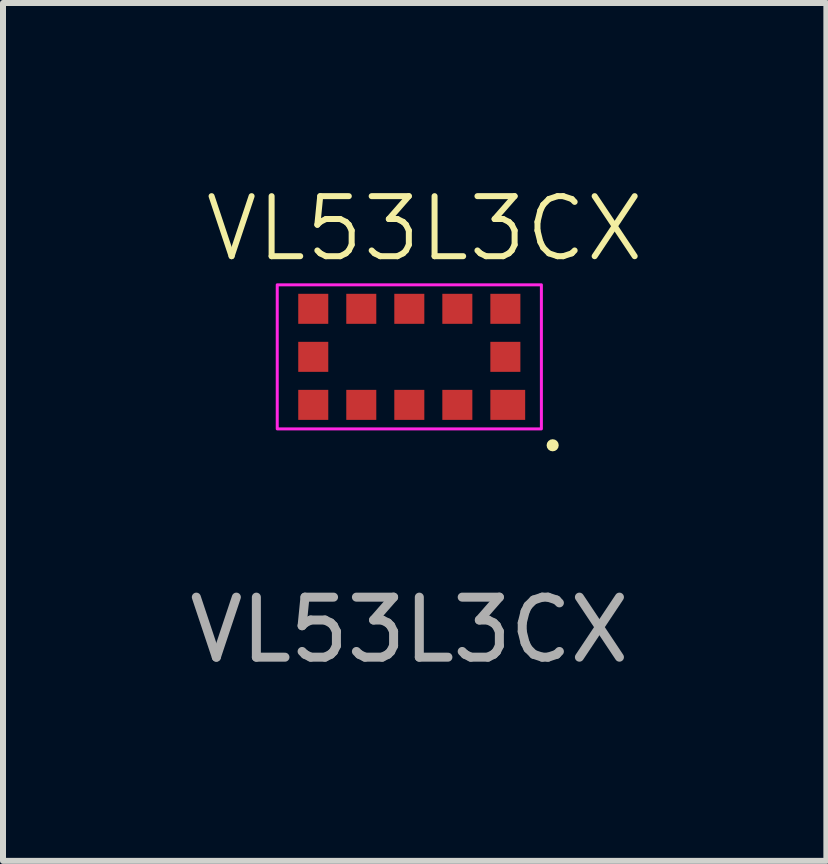
<source format=kicad_pcb>
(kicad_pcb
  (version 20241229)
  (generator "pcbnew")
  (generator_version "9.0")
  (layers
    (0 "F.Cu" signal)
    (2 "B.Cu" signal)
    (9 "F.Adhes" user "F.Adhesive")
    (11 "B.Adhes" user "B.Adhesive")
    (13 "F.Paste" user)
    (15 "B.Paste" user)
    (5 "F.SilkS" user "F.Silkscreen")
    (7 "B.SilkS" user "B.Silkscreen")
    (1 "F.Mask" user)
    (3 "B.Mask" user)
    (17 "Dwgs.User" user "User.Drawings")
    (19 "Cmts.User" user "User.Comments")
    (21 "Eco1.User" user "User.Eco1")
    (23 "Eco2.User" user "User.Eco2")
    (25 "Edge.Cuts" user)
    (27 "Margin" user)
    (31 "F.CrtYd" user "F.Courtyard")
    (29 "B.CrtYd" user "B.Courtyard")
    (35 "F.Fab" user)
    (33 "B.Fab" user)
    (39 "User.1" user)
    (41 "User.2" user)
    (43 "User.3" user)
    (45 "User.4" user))
  (footprint "VL53L3CX"
    (layer "F.Cu")
    (at 3.768 2.894)
    (property "Reference" "VL53L3CX" (at 0.254 -2.134 0) (unlocked yes) (layer "F.SilkS") (effects (font (size 1 1) (thickness 0.1))))
    (attr smd)
    (fp_circle (center 2.388 1.473) (end 2.388 1.524) (stroke (width 0.1) (type default)) (fill no) (layer "F.SilkS"))
    (fp_rect (start -2.2 -1.2) (end 2.2 1.2) (stroke (width 0.05) (type default)) (fill no) (layer "F.CrtYd"))
    (fp_text user "${REFERENCE}" (at 0 4.548 0) (unlocked yes) (layer "F.Fab") (effects (font (size 1 1) (thickness 0.15))))
    (pad "1" smd rect (at 1.64 0.8) (size 0.58 0.5) (layers "F.Cu" "F.Mask" "F.Paste"))
    (pad "2" smd rect (at 0.8 0.8) (size 0.5 0.5) (layers "F.Cu" "F.Mask" "F.Paste"))
    (pad "3" smd rect (at 0 0.8) (size 0.5 0.5) (layers "F.Cu" "F.Mask" "F.Paste"))
    (pad "4" smd rect (at -0.8 0.8) (size 0.5 0.5) (layers "F.Cu" "F.Mask" "F.Paste"))
    (pad "5" smd rect (at -1.6 0.8) (size 0.5 0.5) (layers "F.Cu" "F.Mask" "F.Paste"))
    (pad "6" smd rect (at -1.6 0) (size 0.5 0.5) (layers "F.Cu" "F.Mask" "F.Paste"))
    (pad "7" smd rect (at -1.6 -0.8) (size 0.5 0.5) (layers "F.Cu" "F.Mask" "F.Paste"))
    (pad "8" smd rect (at -0.8 -0.8) (size 0.5 0.5) (layers "F.Cu" "F.Mask" "F.Paste"))
    (pad "9" smd rect (at 0 -0.8) (size 0.5 0.5) (layers "F.Cu" "F.Mask" "F.Paste"))
    (pad "10" smd rect (at 0.8 -0.8) (size 0.5 0.5) (layers "F.Cu" "F.Mask" "F.Paste"))
    (pad "11" smd rect (at 1.6 -0.8) (size 0.5 0.5) (layers "F.Cu" "F.Mask" "F.Paste"))
    (pad "12" smd rect (at 1.6 0) (size 0.5 0.5) (layers "F.Cu" "F.Mask" "F.Paste")))
  (gr_rect
    (start -3 -3)
    (end 10.715 11.29)
    (stroke (width 0.1) (type default))
    (fill no)
    (layer "Edge.Cuts")))
</source>
